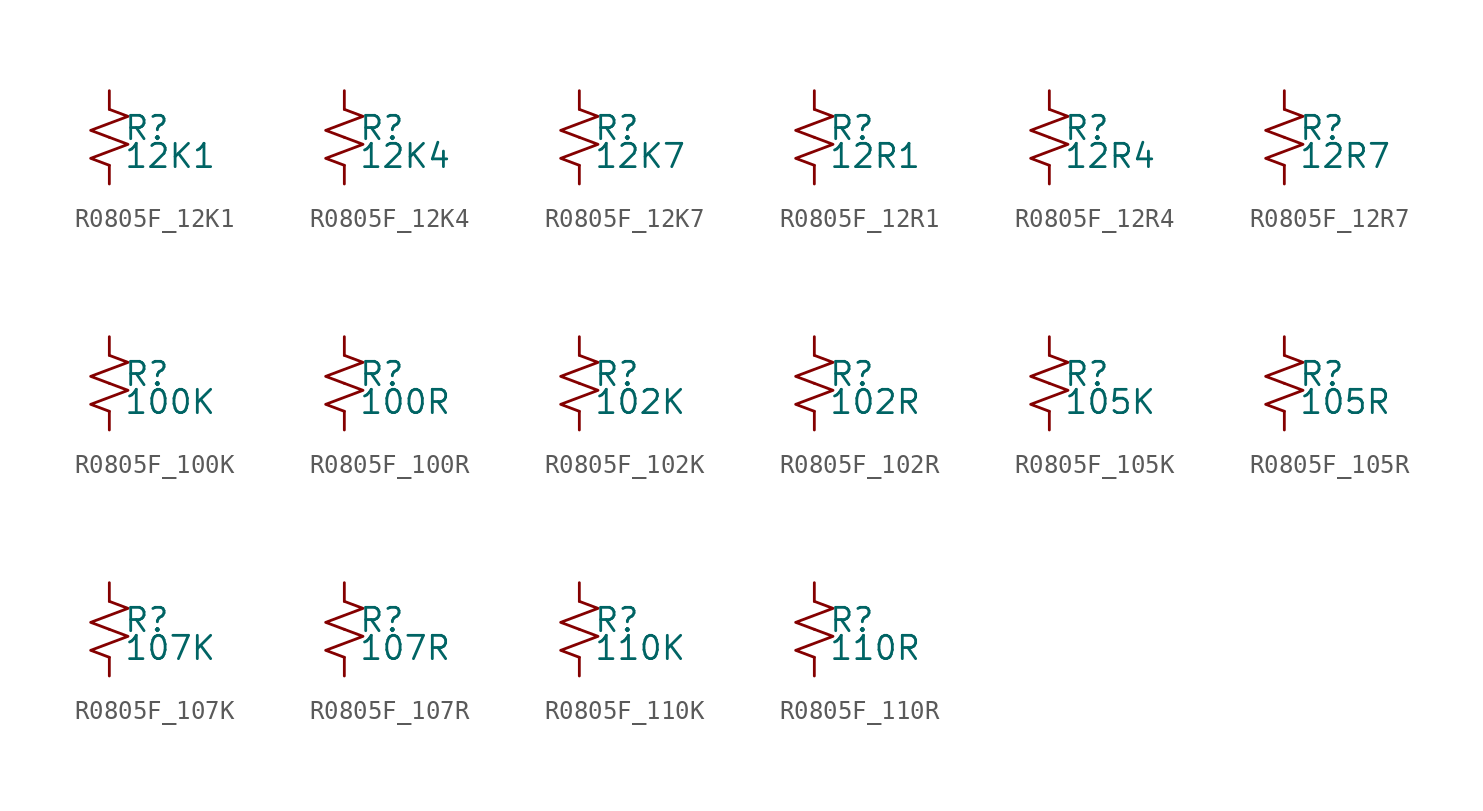
<source format=kicad_sym>
(kicad_symbol_lib
  (version 20220914)
  (generator kicad_symbol_editor)
  (symbol "R0805F_12K1"
    (pin_numbers hide)
    (pin_names
      (offset 0.254) hide)
    (property "Reference" "R"
      (at 0.762 0.508 0)
      (effects (font (size 1.27 1.27)) (justify left)))
    (property "Value" "12K1"
      (at 0.762 -1.016 0)
      (effects (font (size 1.27 1.27)) (justify left)))
    (symbol "R0805F_12K1_1_1"
      (polyline (pts (xy 0 0) (xy 1.016 -0.381) (xy 0 -0.762) (xy -1.016 -1.143) (xy 0 -1.524)) (stroke (width 0) (type default)) (fill (type none)))
      (polyline (pts (xy 0 1.524) (xy 1.016 1.143) (xy 0 0.762) (xy -1.016 0.381) (xy 0 0)) (stroke (width 0) (type default)) (fill (type none)))
      (pin passive line (at 0 2.54 270) (length 1.016) (name "~" (effects (font (size 1.27 1.27)))) (number "1" (effects (font (size 1.27 1.27)))))
      (pin passive line (at 0 -2.54 90) (length 1.016) (name "~" (effects (font (size 1.27 1.27)))) (number "2" (effects (font (size 1.27 1.27)))))))
  (symbol "R0805F_12K4"
    (pin_numbers hide)
    (pin_names
      (offset 0.254) hide)
    (property "Reference" "R"
      (at 0.762 0.508 0)
      (effects (font (size 1.27 1.27)) (justify left)))
    (property "Value" "12K4"
      (at 0.762 -1.016 0)
      (effects (font (size 1.27 1.27)) (justify left)))
    (symbol "R0805F_12K4_1_1"
      (polyline (pts (xy 0 0) (xy 1.016 -0.381) (xy 0 -0.762) (xy -1.016 -1.143) (xy 0 -1.524)) (stroke (width 0) (type default)) (fill (type none)))
      (polyline (pts (xy 0 1.524) (xy 1.016 1.143) (xy 0 0.762) (xy -1.016 0.381) (xy 0 0)) (stroke (width 0) (type default)) (fill (type none)))
      (pin passive line (at 0 2.54 270) (length 1.016) (name "~" (effects (font (size 1.27 1.27)))) (number "1" (effects (font (size 1.27 1.27)))))
      (pin passive line (at 0 -2.54 90) (length 1.016) (name "~" (effects (font (size 1.27 1.27)))) (number "2" (effects (font (size 1.27 1.27)))))))
  (symbol "R0805F_12K7"
    (pin_numbers hide)
    (pin_names
      (offset 0.254) hide)
    (property "Reference" "R"
      (at 0.762 0.508 0)
      (effects (font (size 1.27 1.27)) (justify left)))
    (property "Value" "12K7"
      (at 0.762 -1.016 0)
      (effects (font (size 1.27 1.27)) (justify left)))
    (symbol "R0805F_12K7_1_1"
      (polyline (pts (xy 0 0) (xy 1.016 -0.381) (xy 0 -0.762) (xy -1.016 -1.143) (xy 0 -1.524)) (stroke (width 0) (type default)) (fill (type none)))
      (polyline (pts (xy 0 1.524) (xy 1.016 1.143) (xy 0 0.762) (xy -1.016 0.381) (xy 0 0)) (stroke (width 0) (type default)) (fill (type none)))
      (pin passive line (at 0 2.54 270) (length 1.016) (name "~" (effects (font (size 1.27 1.27)))) (number "1" (effects (font (size 1.27 1.27)))))
      (pin passive line (at 0 -2.54 90) (length 1.016) (name "~" (effects (font (size 1.27 1.27)))) (number "2" (effects (font (size 1.27 1.27)))))))
  (symbol "R0805F_12R1"
    (pin_numbers hide)
    (pin_names
      (offset 0.254) hide)
    (property "Reference" "R"
      (at 0.762 0.508 0)
      (effects (font (size 1.27 1.27)) (justify left)))
    (property "Value" "12R1"
      (at 0.762 -1.016 0)
      (effects (font (size 1.27 1.27)) (justify left)))
    (symbol "R0805F_12R1_1_1"
      (polyline (pts (xy 0 0) (xy 1.016 -0.381) (xy 0 -0.762) (xy -1.016 -1.143) (xy 0 -1.524)) (stroke (width 0) (type default)) (fill (type none)))
      (polyline (pts (xy 0 1.524) (xy 1.016 1.143) (xy 0 0.762) (xy -1.016 0.381) (xy 0 0)) (stroke (width 0) (type default)) (fill (type none)))
      (pin passive line (at 0 2.54 270) (length 1.016) (name "~" (effects (font (size 1.27 1.27)))) (number "1" (effects (font (size 1.27 1.27)))))
      (pin passive line (at 0 -2.54 90) (length 1.016) (name "~" (effects (font (size 1.27 1.27)))) (number "2" (effects (font (size 1.27 1.27)))))))
  (symbol "R0805F_12R4"
    (pin_numbers hide)
    (pin_names
      (offset 0.254) hide)
    (property "Reference" "R"
      (at 0.762 0.508 0)
      (effects (font (size 1.27 1.27)) (justify left)))
    (property "Value" "12R4"
      (at 0.762 -1.016 0)
      (effects (font (size 1.27 1.27)) (justify left)))
    (symbol "R0805F_12R4_1_1"
      (polyline (pts (xy 0 0) (xy 1.016 -0.381) (xy 0 -0.762) (xy -1.016 -1.143) (xy 0 -1.524)) (stroke (width 0) (type default)) (fill (type none)))
      (polyline (pts (xy 0 1.524) (xy 1.016 1.143) (xy 0 0.762) (xy -1.016 0.381) (xy 0 0)) (stroke (width 0) (type default)) (fill (type none)))
      (pin passive line (at 0 2.54 270) (length 1.016) (name "~" (effects (font (size 1.27 1.27)))) (number "1" (effects (font (size 1.27 1.27)))))
      (pin passive line (at 0 -2.54 90) (length 1.016) (name "~" (effects (font (size 1.27 1.27)))) (number "2" (effects (font (size 1.27 1.27)))))))
  (symbol "R0805F_12R7"
    (pin_numbers hide)
    (pin_names
      (offset 0.254) hide)
    (property "Reference" "R"
      (at 0.762 0.508 0)
      (effects (font (size 1.27 1.27)) (justify left)))
    (property "Value" "12R7"
      (at 0.762 -1.016 0)
      (effects (font (size 1.27 1.27)) (justify left)))
    (symbol "R0805F_12R7_1_1"
      (polyline (pts (xy 0 0) (xy 1.016 -0.381) (xy 0 -0.762) (xy -1.016 -1.143) (xy 0 -1.524)) (stroke (width 0) (type default)) (fill (type none)))
      (polyline (pts (xy 0 1.524) (xy 1.016 1.143) (xy 0 0.762) (xy -1.016 0.381) (xy 0 0)) (stroke (width 0) (type default)) (fill (type none)))
      (pin passive line (at 0 2.54 270) (length 1.016) (name "~" (effects (font (size 1.27 1.27)))) (number "1" (effects (font (size 1.27 1.27)))))
      (pin passive line (at 0 -2.54 90) (length 1.016) (name "~" (effects (font (size 1.27 1.27)))) (number "2" (effects (font (size 1.27 1.27)))))))
  (symbol "R0805F_100K"
    (pin_numbers hide)
    (pin_names
      (offset 0.254) hide)
    (property "Reference" "R"
      (at 0.762 0.508 0)
      (effects (font (size 1.27 1.27)) (justify left)))
    (property "Value" "100K"
      (at 0.762 -1.016 0)
      (effects (font (size 1.27 1.27)) (justify left)))
    (symbol "R0805F_100K_1_1"
      (polyline (pts (xy 0 0) (xy 1.016 -0.381) (xy 0 -0.762) (xy -1.016 -1.143) (xy 0 -1.524)) (stroke (width 0) (type default)) (fill (type none)))
      (polyline (pts (xy 0 1.524) (xy 1.016 1.143) (xy 0 0.762) (xy -1.016 0.381) (xy 0 0)) (stroke (width 0) (type default)) (fill (type none)))
      (pin passive line (at 0 2.54 270) (length 1.016) (name "~" (effects (font (size 1.27 1.27)))) (number "1" (effects (font (size 1.27 1.27)))))
      (pin passive line (at 0 -2.54 90) (length 1.016) (name "~" (effects (font (size 1.27 1.27)))) (number "2" (effects (font (size 1.27 1.27)))))))
  (symbol "R0805F_100R"
    (pin_numbers hide)
    (pin_names
      (offset 0.254) hide)
    (property "Reference" "R"
      (at 0.762 0.508 0)
      (effects (font (size 1.27 1.27)) (justify left)))
    (property "Value" "100R"
      (at 0.762 -1.016 0)
      (effects (font (size 1.27 1.27)) (justify left)))
    (symbol "R0805F_100R_1_1"
      (polyline (pts (xy 0 0) (xy 1.016 -0.381) (xy 0 -0.762) (xy -1.016 -1.143) (xy 0 -1.524)) (stroke (width 0) (type default)) (fill (type none)))
      (polyline (pts (xy 0 1.524) (xy 1.016 1.143) (xy 0 0.762) (xy -1.016 0.381) (xy 0 0)) (stroke (width 0) (type default)) (fill (type none)))
      (pin passive line (at 0 2.54 270) (length 1.016) (name "~" (effects (font (size 1.27 1.27)))) (number "1" (effects (font (size 1.27 1.27)))))
      (pin passive line (at 0 -2.54 90) (length 1.016) (name "~" (effects (font (size 1.27 1.27)))) (number "2" (effects (font (size 1.27 1.27)))))))
  (symbol "R0805F_102K"
    (pin_numbers hide)
    (pin_names
      (offset 0.254) hide)
    (property "Reference" "R"
      (at 0.762 0.508 0)
      (effects (font (size 1.27 1.27)) (justify left)))
    (property "Value" "102K"
      (at 0.762 -1.016 0)
      (effects (font (size 1.27 1.27)) (justify left)))
    (symbol "R0805F_102K_1_1"
      (polyline (pts (xy 0 0) (xy 1.016 -0.381) (xy 0 -0.762) (xy -1.016 -1.143) (xy 0 -1.524)) (stroke (width 0) (type default)) (fill (type none)))
      (polyline (pts (xy 0 1.524) (xy 1.016 1.143) (xy 0 0.762) (xy -1.016 0.381) (xy 0 0)) (stroke (width 0) (type default)) (fill (type none)))
      (pin passive line (at 0 2.54 270) (length 1.016) (name "~" (effects (font (size 1.27 1.27)))) (number "1" (effects (font (size 1.27 1.27)))))
      (pin passive line (at 0 -2.54 90) (length 1.016) (name "~" (effects (font (size 1.27 1.27)))) (number "2" (effects (font (size 1.27 1.27)))))))
  (symbol "R0805F_102R"
    (pin_numbers hide)
    (pin_names
      (offset 0.254) hide)
    (property "Reference" "R"
      (at 0.762 0.508 0)
      (effects (font (size 1.27 1.27)) (justify left)))
    (property "Value" "102R"
      (at 0.762 -1.016 0)
      (effects (font (size 1.27 1.27)) (justify left)))
    (symbol "R0805F_102R_1_1"
      (polyline (pts (xy 0 0) (xy 1.016 -0.381) (xy 0 -0.762) (xy -1.016 -1.143) (xy 0 -1.524)) (stroke (width 0) (type default)) (fill (type none)))
      (polyline (pts (xy 0 1.524) (xy 1.016 1.143) (xy 0 0.762) (xy -1.016 0.381) (xy 0 0)) (stroke (width 0) (type default)) (fill (type none)))
      (pin passive line (at 0 2.54 270) (length 1.016) (name "~" (effects (font (size 1.27 1.27)))) (number "1" (effects (font (size 1.27 1.27)))))
      (pin passive line (at 0 -2.54 90) (length 1.016) (name "~" (effects (font (size 1.27 1.27)))) (number "2" (effects (font (size 1.27 1.27)))))))
  (symbol "R0805F_105K"
    (pin_numbers hide)
    (pin_names
      (offset 0.254) hide)
    (property "Reference" "R"
      (at 0.762 0.508 0)
      (effects (font (size 1.27 1.27)) (justify left)))
    (property "Value" "105K"
      (at 0.762 -1.016 0)
      (effects (font (size 1.27 1.27)) (justify left)))
    (symbol "R0805F_105K_1_1"
      (polyline (pts (xy 0 0) (xy 1.016 -0.381) (xy 0 -0.762) (xy -1.016 -1.143) (xy 0 -1.524)) (stroke (width 0) (type default)) (fill (type none)))
      (polyline (pts (xy 0 1.524) (xy 1.016 1.143) (xy 0 0.762) (xy -1.016 0.381) (xy 0 0)) (stroke (width 0) (type default)) (fill (type none)))
      (pin passive line (at 0 2.54 270) (length 1.016) (name "~" (effects (font (size 1.27 1.27)))) (number "1" (effects (font (size 1.27 1.27)))))
      (pin passive line (at 0 -2.54 90) (length 1.016) (name "~" (effects (font (size 1.27 1.27)))) (number "2" (effects (font (size 1.27 1.27)))))))
  (symbol "R0805F_105R"
    (pin_numbers hide)
    (pin_names
      (offset 0.254) hide)
    (property "Reference" "R"
      (at 0.762 0.508 0)
      (effects (font (size 1.27 1.27)) (justify left)))
    (property "Value" "105R"
      (at 0.762 -1.016 0)
      (effects (font (size 1.27 1.27)) (justify left)))
    (symbol "R0805F_105R_1_1"
      (polyline (pts (xy 0 0) (xy 1.016 -0.381) (xy 0 -0.762) (xy -1.016 -1.143) (xy 0 -1.524)) (stroke (width 0) (type default)) (fill (type none)))
      (polyline (pts (xy 0 1.524) (xy 1.016 1.143) (xy 0 0.762) (xy -1.016 0.381) (xy 0 0)) (stroke (width 0) (type default)) (fill (type none)))
      (pin passive line (at 0 2.54 270) (length 1.016) (name "~" (effects (font (size 1.27 1.27)))) (number "1" (effects (font (size 1.27 1.27)))))
      (pin passive line (at 0 -2.54 90) (length 1.016) (name "~" (effects (font (size 1.27 1.27)))) (number "2" (effects (font (size 1.27 1.27)))))))
  (symbol "R0805F_107K"
    (pin_numbers hide)
    (pin_names
      (offset 0.254) hide)
    (property "Reference" "R"
      (at 0.762 0.508 0)
      (effects (font (size 1.27 1.27)) (justify left)))
    (property "Value" "107K"
      (at 0.762 -1.016 0)
      (effects (font (size 1.27 1.27)) (justify left)))
    (symbol "R0805F_107K_1_1"
      (polyline (pts (xy 0 0) (xy 1.016 -0.381) (xy 0 -0.762) (xy -1.016 -1.143) (xy 0 -1.524)) (stroke (width 0) (type default)) (fill (type none)))
      (polyline (pts (xy 0 1.524) (xy 1.016 1.143) (xy 0 0.762) (xy -1.016 0.381) (xy 0 0)) (stroke (width 0) (type default)) (fill (type none)))
      (pin passive line (at 0 2.54 270) (length 1.016) (name "~" (effects (font (size 1.27 1.27)))) (number "1" (effects (font (size 1.27 1.27)))))
      (pin passive line (at 0 -2.54 90) (length 1.016) (name "~" (effects (font (size 1.27 1.27)))) (number "2" (effects (font (size 1.27 1.27)))))))
  (symbol "R0805F_107R"
    (pin_numbers hide)
    (pin_names
      (offset 0.254) hide)
    (property "Reference" "R"
      (at 0.762 0.508 0)
      (effects (font (size 1.27 1.27)) (justify left)))
    (property "Value" "107R"
      (at 0.762 -1.016 0)
      (effects (font (size 1.27 1.27)) (justify left)))
    (symbol "R0805F_107R_1_1"
      (polyline (pts (xy 0 0) (xy 1.016 -0.381) (xy 0 -0.762) (xy -1.016 -1.143) (xy 0 -1.524)) (stroke (width 0) (type default)) (fill (type none)))
      (polyline (pts (xy 0 1.524) (xy 1.016 1.143) (xy 0 0.762) (xy -1.016 0.381) (xy 0 0)) (stroke (width 0) (type default)) (fill (type none)))
      (pin passive line (at 0 2.54 270) (length 1.016) (name "~" (effects (font (size 1.27 1.27)))) (number "1" (effects (font (size 1.27 1.27)))))
      (pin passive line (at 0 -2.54 90) (length 1.016) (name "~" (effects (font (size 1.27 1.27)))) (number "2" (effects (font (size 1.27 1.27)))))))
  (symbol "R0805F_110K"
    (pin_numbers hide)
    (pin_names
      (offset 0.254) hide)
    (property "Reference" "R"
      (at 0.762 0.508 0)
      (effects (font (size 1.27 1.27)) (justify left)))
    (property "Value" "110K"
      (at 0.762 -1.016 0)
      (effects (font (size 1.27 1.27)) (justify left)))
    (symbol "R0805F_110K_1_1"
      (polyline (pts (xy 0 0) (xy 1.016 -0.381) (xy 0 -0.762) (xy -1.016 -1.143) (xy 0 -1.524)) (stroke (width 0) (type default)) (fill (type none)))
      (polyline (pts (xy 0 1.524) (xy 1.016 1.143) (xy 0 0.762) (xy -1.016 0.381) (xy 0 0)) (stroke (width 0) (type default)) (fill (type none)))
      (pin passive line (at 0 2.54 270) (length 1.016) (name "~" (effects (font (size 1.27 1.27)))) (number "1" (effects (font (size 1.27 1.27)))))
      (pin passive line (at 0 -2.54 90) (length 1.016) (name "~" (effects (font (size 1.27 1.27)))) (number "2" (effects (font (size 1.27 1.27)))))))
  (symbol "R0805F_110R"
    (pin_numbers hide)
    (pin_names
      (offset 0.254) hide)
    (property "Reference" "R"
      (at 0.762 0.508 0)
      (effects (font (size 1.27 1.27)) (justify left)))
    (property "Value" "110R"
      (at 0.762 -1.016 0)
      (effects (font (size 1.27 1.27)) (justify left)))
    (symbol "R0805F_110R_1_1"
      (polyline (pts (xy 0 0) (xy 1.016 -0.381) (xy 0 -0.762) (xy -1.016 -1.143) (xy 0 -1.524)) (stroke (width 0) (type default)) (fill (type none)))
      (polyline (pts (xy 0 1.524) (xy 1.016 1.143) (xy 0 0.762) (xy -1.016 0.381) (xy 0 0)) (stroke (width 0) (type default)) (fill (type none)))
      (pin passive line (at 0 2.54 270) (length 1.016) (name "~" (effects (font (size 1.27 1.27)))) (number "1" (effects (font (size 1.27 1.27)))))
      (pin passive line (at 0 -2.54 90) (length 1.016) (name "~" (effects (font (size 1.27 1.27)))) (number "2" (effects (font (size 1.27 1.27))))))))
</source>
